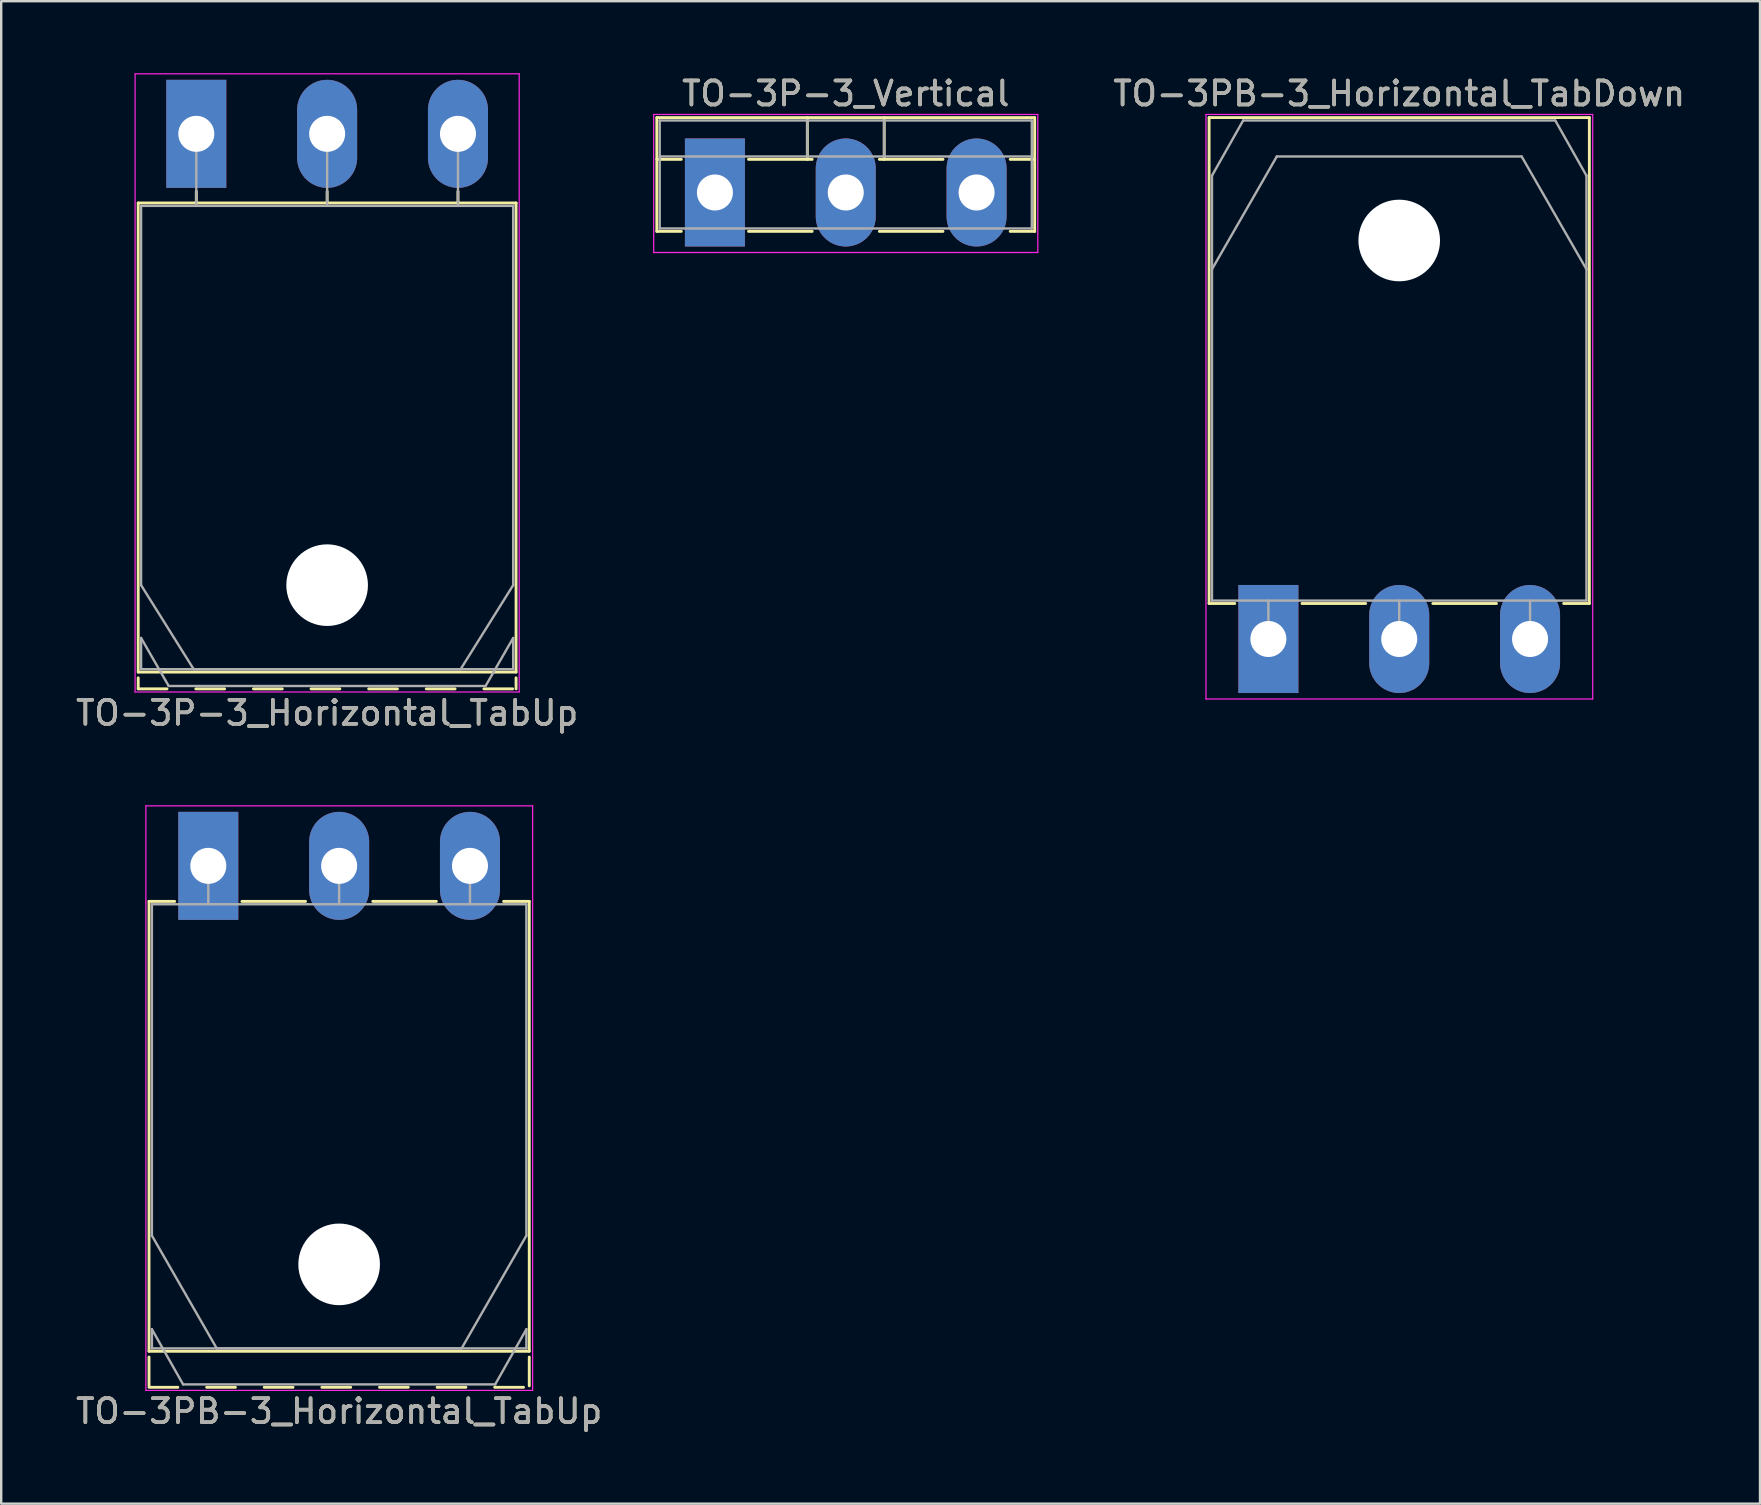
<source format=kicad_pcb>
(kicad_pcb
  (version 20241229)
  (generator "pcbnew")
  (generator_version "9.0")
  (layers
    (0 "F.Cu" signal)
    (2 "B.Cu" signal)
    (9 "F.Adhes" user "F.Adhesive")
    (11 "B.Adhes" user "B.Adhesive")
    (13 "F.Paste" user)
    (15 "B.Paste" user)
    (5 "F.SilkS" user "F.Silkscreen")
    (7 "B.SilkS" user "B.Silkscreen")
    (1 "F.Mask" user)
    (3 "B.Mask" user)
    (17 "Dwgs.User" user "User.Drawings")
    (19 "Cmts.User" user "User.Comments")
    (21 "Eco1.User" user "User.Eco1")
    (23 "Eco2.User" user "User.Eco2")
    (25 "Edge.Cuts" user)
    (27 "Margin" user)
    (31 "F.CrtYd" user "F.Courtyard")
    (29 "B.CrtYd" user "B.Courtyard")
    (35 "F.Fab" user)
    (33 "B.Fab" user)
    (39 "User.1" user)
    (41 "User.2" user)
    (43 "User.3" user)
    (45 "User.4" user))
  (footprint "TO-3PB-3_Horizontal_TabUp"
    (layer "F.Cu")
    (at 5.627 33.018)
    (property "Reference" "TO-3PB-3_Horizontal_TabUp" (at 5.45 22.72 0) (layer "F.SilkS") (effects (font (size 1 1) (thickness 0.15))))
    (attr through_hole)
    (fp_line (start -2.47 1.48) (end -2.47 20.22) (stroke (width 0.12) (type solid)) (layer "F.SilkS"))
    (fp_line (start -2.47 1.48) (end -1.4 1.48) (stroke (width 0.12) (type solid)) (layer "F.SilkS"))
    (fp_line (start -2.47 20.22) (end 13.37 20.22) (stroke (width 0.12) (type solid)) (layer "F.SilkS"))
    (fp_line (start -2.47 20.46) (end -2.47 21.66) (stroke (width 0.12) (type solid)) (layer "F.SilkS"))
    (fp_line (start -2.47 21.72) (end -1.27 21.72) (stroke (width 0.12) (type solid)) (layer "F.SilkS"))
    (fp_line (start -0.07 21.72) (end 1.13 21.72) (stroke (width 0.12) (type solid)) (layer "F.SilkS"))
    (fp_line (start 1.4 1.48) (end 4.051 1.48) (stroke (width 0.12) (type solid)) (layer "F.SilkS"))
    (fp_line (start 2.33 21.72) (end 3.53 21.72) (stroke (width 0.12) (type solid)) (layer "F.SilkS"))
    (fp_line (start 4.73 21.72) (end 5.931 21.72) (stroke (width 0.12) (type solid)) (layer "F.SilkS"))
    (fp_line (start 6.85 1.48) (end 9.5 1.48) (stroke (width 0.12) (type solid)) (layer "F.SilkS"))
    (fp_line (start 7.131 21.72) (end 8.33 21.72) (stroke (width 0.12) (type solid)) (layer "F.SilkS"))
    (fp_line (start 9.53 21.72) (end 10.73 21.72) (stroke (width 0.12) (type solid)) (layer "F.SilkS"))
    (fp_line (start 11.93 21.72) (end 13.13 21.72) (stroke (width 0.12) (type solid)) (layer "F.SilkS"))
    (fp_line (start 12.3 1.48) (end 13.37 1.48) (stroke (width 0.12) (type solid)) (layer "F.SilkS"))
    (fp_line (start 13.37 1.48) (end 13.37 20.22) (stroke (width 0.12) (type solid)) (layer "F.SilkS"))
    (fp_line (start 13.37 20.46) (end 13.37 21.66) (stroke (width 0.12) (type solid)) (layer "F.SilkS"))
    (fp_line (start -2.6 -2.5) (end -2.6 21.85) (stroke (width 0.05) (type solid)) (layer "F.CrtYd"))
    (fp_line (start -2.6 21.85) (end 13.51 21.85) (stroke (width 0.05) (type solid)) (layer "F.CrtYd"))
    (fp_line (start 13.51 -2.5) (end -2.6 -2.5) (stroke (width 0.05) (type solid)) (layer "F.CrtYd"))
    (fp_line (start 13.51 21.85) (end 13.51 -2.5) (stroke (width 0.05) (type solid)) (layer "F.CrtYd"))
    (fp_line (start -2.35 1.6) (end -2.35 15.401) (stroke (width 0.1) (type solid)) (layer "F.Fab"))
    (fp_line (start -2.35 15.401) (end 0.351 20.1) (stroke (width 0.1) (type solid)) (layer "F.Fab"))
    (fp_line (start -2.35 19.3) (end -1.05 21.6) (stroke (width 0.1) (type solid)) (layer "F.Fab"))
    (fp_line (start -2.35 20.1) (end -2.35 19.3) (stroke (width 0.1) (type solid)) (layer "F.Fab"))
    (fp_line (start -1.05 21.6) (end 11.95 21.6) (stroke (width 0.1) (type solid)) (layer "F.Fab"))
    (fp_line (start 0 1.6) (end 0 0) (stroke (width 0.1) (type solid)) (layer "F.Fab"))
    (fp_line (start 0.351 20.1) (end 10.55 20.1) (stroke (width 0.1) (type solid)) (layer "F.Fab"))
    (fp_line (start 5.45 1.6) (end 5.45 0) (stroke (width 0.1) (type solid)) (layer "F.Fab"))
    (fp_line (start 10.55 20.1) (end 13.25 15.401) (stroke (width 0.1) (type solid)) (layer "F.Fab"))
    (fp_line (start 10.9 1.6) (end 10.9 0) (stroke (width 0.1) (type solid)) (layer "F.Fab"))
    (fp_line (start 11.95 21.6) (end 13.25 19.3) (stroke (width 0.1) (type solid)) (layer "F.Fab"))
    (fp_line (start 13.25 1.6) (end -2.35 1.6) (stroke (width 0.1) (type solid)) (layer "F.Fab"))
    (fp_line (start 13.25 15.401) (end 13.25 1.6) (stroke (width 0.1) (type solid)) (layer "F.Fab"))
    (fp_line (start 13.25 19.3) (end 13.25 20.1) (stroke (width 0.1) (type solid)) (layer "F.Fab"))
    (fp_line (start 13.25 20.1) (end -2.35 20.1) (stroke (width 0.1) (type solid)) (layer "F.Fab"))
    (fp_circle (center 5.45 16.6) (end 7.05 16.6) (stroke (width 0.1) (type solid)) (fill no) (layer "F.Fab"))
    (fp_text user "${REFERENCE}" (at 5.45 22.72 0) (layer "F.Fab") (effects (font (size 1 1) (thickness 0.15))))
    (pad "" np_thru_hole oval (at 5.45 16.6) (size 3.4 3.4) (drill 3.4) (layers "*.Cu" "*.Mask"))
    (pad "1" thru_hole rect (at 0 0) (size 2.5 4.5) (drill 1.5) (layers "*.Cu" "*.Mask"))
    (pad "2" thru_hole oval (at 5.45 0) (size 2.5 4.5) (drill 1.5) (layers "*.Cu" "*.Mask"))
    (pad "3" thru_hole oval (at 10.9 0) (size 2.5 4.5) (drill 1.5) (layers "*.Cu" "*.Mask")))
  (footprint "TO-3P-3_Horizontal_TabUp"
    (layer "F.Cu")
    (at 5.127 2.525)
    (property "Reference" "TO-3P-3_Horizontal_TabUp" (at 5.45 24.12 0) (layer "F.SilkS") (effects (font (size 1 1) (thickness 0.15))))
    (attr through_hole)
    (fp_line (start -2.42 2.88) (end -2.42 22.42) (stroke (width 0.12) (type solid)) (layer "F.SilkS"))
    (fp_line (start -2.42 2.88) (end 13.32 2.88) (stroke (width 0.12) (type solid)) (layer "F.SilkS"))
    (fp_line (start -2.42 22.42) (end 13.32 22.42) (stroke (width 0.12) (type solid)) (layer "F.SilkS"))
    (fp_line (start -2.42 22.66) (end -2.42 23.12) (stroke (width 0.12) (type solid)) (layer "F.SilkS"))
    (fp_line (start -2.42 23.12) (end -1.22 23.12) (stroke (width 0.12) (type solid)) (layer "F.SilkS"))
    (fp_line (start -0.021 23.12) (end 1.18 23.12) (stroke (width 0.12) (type solid)) (layer "F.SilkS"))
    (fp_line (start 0 2.4) (end 0 2.88) (stroke (width 0.12) (type solid)) (layer "F.SilkS"))
    (fp_line (start 2.38 23.12) (end 3.58 23.12) (stroke (width 0.12) (type solid)) (layer "F.SilkS"))
    (fp_line (start 4.78 23.12) (end 5.98 23.12) (stroke (width 0.12) (type solid)) (layer "F.SilkS"))
    (fp_line (start 5.45 2.4) (end 5.45 2.88) (stroke (width 0.12) (type solid)) (layer "F.SilkS"))
    (fp_line (start 7.18 23.12) (end 8.38 23.12) (stroke (width 0.12) (type solid)) (layer "F.SilkS"))
    (fp_line (start 9.58 23.12) (end 10.78 23.12) (stroke (width 0.12) (type solid)) (layer "F.SilkS"))
    (fp_line (start 10.9 2.4) (end 10.9 2.88) (stroke (width 0.12) (type solid)) (layer "F.SilkS"))
    (fp_line (start 11.98 23.12) (end 13.18 23.12) (stroke (width 0.12) (type solid)) (layer "F.SilkS"))
    (fp_line (start 13.32 2.88) (end 13.32 22.42) (stroke (width 0.12) (type solid)) (layer "F.SilkS"))
    (fp_line (start 13.32 22.66) (end 13.32 23.12) (stroke (width 0.12) (type solid)) (layer "F.SilkS"))
    (fp_line (start -2.55 -2.5) (end -2.55 23.25) (stroke (width 0.05) (type solid)) (layer "F.CrtYd"))
    (fp_line (start -2.55 23.25) (end 13.45 23.25) (stroke (width 0.05) (type solid)) (layer "F.CrtYd"))
    (fp_line (start 13.45 -2.5) (end -2.55 -2.5) (stroke (width 0.05) (type solid)) (layer "F.CrtYd"))
    (fp_line (start 13.45 23.25) (end 13.45 -2.5) (stroke (width 0.05) (type solid)) (layer "F.CrtYd"))
    (fp_line (start -2.3 3) (end -2.3 18.8) (stroke (width 0.1) (type solid)) (layer "F.Fab"))
    (fp_line (start -2.3 18.8) (end -0.11 22.3) (stroke (width 0.1) (type solid)) (layer "F.Fab"))
    (fp_line (start -2.3 21) (end -1.15 23) (stroke (width 0.1) (type solid)) (layer "F.Fab"))
    (fp_line (start -2.3 22.3) (end -2.3 21) (stroke (width 0.1) (type solid)) (layer "F.Fab"))
    (fp_line (start -1.15 23) (end 12.05 23) (stroke (width 0.1) (type solid)) (layer "F.Fab"))
    (fp_line (start -0.11 22.3) (end 11.01 22.3) (stroke (width 0.1) (type solid)) (layer "F.Fab"))
    (fp_line (start 0 3) (end 0 0) (stroke (width 0.1) (type solid)) (layer "F.Fab"))
    (fp_line (start 5.45 3) (end 5.45 0) (stroke (width 0.1) (type solid)) (layer "F.Fab"))
    (fp_line (start 10.9 3) (end 10.9 0) (stroke (width 0.1) (type solid)) (layer "F.Fab"))
    (fp_line (start 11.01 22.3) (end 13.2 18.8) (stroke (width 0.1) (type solid)) (layer "F.Fab"))
    (fp_line (start 12.05 23) (end 13.2 21) (stroke (width 0.1) (type solid)) (layer "F.Fab"))
    (fp_line (start 13.2 3) (end -2.3 3) (stroke (width 0.1) (type solid)) (layer "F.Fab"))
    (fp_line (start 13.2 18.8) (end 13.2 3) (stroke (width 0.1) (type solid)) (layer "F.Fab"))
    (fp_line (start 13.2 21) (end 13.2 22.3) (stroke (width 0.1) (type solid)) (layer "F.Fab"))
    (fp_line (start 13.2 22.3) (end -2.3 22.3) (stroke (width 0.1) (type solid)) (layer "F.Fab"))
    (fp_circle (center 5.45 18.8) (end 7.05 18.8) (stroke (width 0.1) (type solid)) (fill no) (layer "F.Fab"))
    (fp_text user "${REFERENCE}" (at 5.45 24.12 0) (layer "F.Fab") (effects (font (size 1 1) (thickness 0.15))))
    (pad "" np_thru_hole oval (at 5.45 18.8) (size 3.4 3.4) (drill 3.4) (layers "*.Cu" "*.Mask"))
    (pad "1" thru_hole rect (at 0 0) (size 2.5 4.5) (drill 1.5) (layers "*.Cu" "*.Mask"))
    (pad "2" thru_hole oval (at 5.45 0) (size 2.5 4.5) (drill 1.5) (layers "*.Cu" "*.Mask"))
    (pad "3" thru_hole oval (at 10.9 0) (size 2.5 4.5) (drill 1.5) (layers "*.Cu" "*.Mask")))
  (footprint "TO-3PB-3_Horizontal_TabDown"
    (layer "F.Cu")
    (at 49.785 23.568)
    (property "Reference" "TO-3PB-3_Horizontal_TabDown" (at 5.45 -22.72 0) (layer "F.SilkS") (effects (font (size 1 1) (thickness 0.15))))
    (attr through_hole)
    (fp_line (start -2.47 -21.72) (end -2.47 -1.48) (stroke (width 0.12) (type solid)) (layer "F.SilkS"))
    (fp_line (start -2.47 -21.72) (end 13.37 -21.72) (stroke (width 0.12) (type solid)) (layer "F.SilkS"))
    (fp_line (start -2.47 -1.48) (end -1.4 -1.48) (stroke (width 0.12) (type solid)) (layer "F.SilkS"))
    (fp_line (start 1.4 -1.48) (end 4.051 -1.48) (stroke (width 0.12) (type solid)) (layer "F.SilkS"))
    (fp_line (start 6.85 -1.48) (end 9.5 -1.48) (stroke (width 0.12) (type solid)) (layer "F.SilkS"))
    (fp_line (start 12.3 -1.48) (end 13.37 -1.48) (stroke (width 0.12) (type solid)) (layer "F.SilkS"))
    (fp_line (start 13.37 -21.72) (end 13.37 -1.48) (stroke (width 0.12) (type solid)) (layer "F.SilkS"))
    (fp_line (start -2.6 -21.85) (end -2.6 2.5) (stroke (width 0.05) (type solid)) (layer "F.CrtYd"))
    (fp_line (start -2.6 2.5) (end 13.51 2.5) (stroke (width 0.05) (type solid)) (layer "F.CrtYd"))
    (fp_line (start 13.51 -21.85) (end -2.6 -21.85) (stroke (width 0.05) (type solid)) (layer "F.CrtYd"))
    (fp_line (start 13.51 2.5) (end 13.51 -21.85) (stroke (width 0.05) (type solid)) (layer "F.CrtYd"))
    (fp_line (start -2.35 -19.3) (end -1.05 -21.6) (stroke (width 0.1) (type solid)) (layer "F.Fab"))
    (fp_line (start -2.35 -15.401) (end -2.35 -19.3) (stroke (width 0.1) (type solid)) (layer "F.Fab"))
    (fp_line (start -2.35 -15.401) (end 0.351 -20.1) (stroke (width 0.1) (type solid)) (layer "F.Fab"))
    (fp_line (start -2.35 -1.6) (end -2.35 -15.401) (stroke (width 0.1) (type solid)) (layer "F.Fab"))
    (fp_line (start -1.05 -21.6) (end 11.95 -21.6) (stroke (width 0.1) (type solid)) (layer "F.Fab"))
    (fp_line (start 0 -1.6) (end 0 0) (stroke (width 0.1) (type solid)) (layer "F.Fab"))
    (fp_line (start 0.351 -20.1) (end 10.55 -20.1) (stroke (width 0.1) (type solid)) (layer "F.Fab"))
    (fp_line (start 5.45 -1.6) (end 5.45 0) (stroke (width 0.1) (type solid)) (layer "F.Fab"))
    (fp_line (start 10.55 -20.1) (end 13.25 -15.401) (stroke (width 0.1) (type solid)) (layer "F.Fab"))
    (fp_line (start 10.9 -1.6) (end 10.9 0) (stroke (width 0.1) (type solid)) (layer "F.Fab"))
    (fp_line (start 11.95 -21.6) (end 13.25 -19.3) (stroke (width 0.1) (type solid)) (layer "F.Fab"))
    (fp_line (start 13.25 -19.3) (end 13.25 -15.401) (stroke (width 0.1) (type solid)) (layer "F.Fab"))
    (fp_line (start 13.25 -15.401) (end 13.25 -1.6) (stroke (width 0.1) (type solid)) (layer "F.Fab"))
    (fp_line (start 13.25 -1.6) (end -2.35 -1.6) (stroke (width 0.1) (type solid)) (layer "F.Fab"))
    (fp_circle (center 5.45 -16.6) (end 7.05 -16.6) (stroke (width 0.1) (type solid)) (fill no) (layer "F.Fab"))
    (fp_text user "${REFERENCE}" (at 5.45 -22.72 0) (layer "F.Fab") (effects (font (size 1 1) (thickness 0.15))))
    (pad "" np_thru_hole oval (at 5.45 -16.6) (size 3.4 3.4) (drill 3.4) (layers "*.Cu" "*.Mask"))
    (pad "1" thru_hole rect (at 0 0) (size 2.5 4.5) (drill 1.5) (layers "*.Cu" "*.Mask"))
    (pad "2" thru_hole oval (at 5.45 0) (size 2.5 4.5) (drill 1.5) (layers "*.Cu" "*.Mask"))
    (pad "3" thru_hole oval (at 10.9 0) (size 2.5 4.5) (drill 1.5) (layers "*.Cu" "*.Mask")))
  (footprint "TO-3P-3_Vertical"
    (layer "F.Cu")
    (at 26.73 4.968)
    (property "Reference" "TO-3P-3_Vertical" (at 5.45 -4.12 0) (layer "F.SilkS") (effects (font (size 1 1) (thickness 0.15))))
    (attr through_hole)
    (fp_line (start -2.42 -3.12) (end -2.42 1.62) (stroke (width 0.12) (type solid)) (layer "F.SilkS"))
    (fp_line (start -2.42 -3.12) (end 13.32 -3.12) (stroke (width 0.12) (type solid)) (layer "F.SilkS"))
    (fp_line (start -2.42 -1.38) (end -1.4 -1.38) (stroke (width 0.12) (type solid)) (layer "F.SilkS"))
    (fp_line (start -2.42 1.62) (end -1.4 1.62) (stroke (width 0.12) (type solid)) (layer "F.SilkS"))
    (fp_line (start 1.4 -1.38) (end 4.051 -1.38) (stroke (width 0.12) (type solid)) (layer "F.SilkS"))
    (fp_line (start 1.4 1.62) (end 4.051 1.62) (stroke (width 0.12) (type solid)) (layer "F.SilkS"))
    (fp_line (start 3.85 -3.12) (end 3.85 -1.38) (stroke (width 0.12) (type solid)) (layer "F.SilkS"))
    (fp_line (start 6.85 -1.38) (end 9.5 -1.38) (stroke (width 0.12) (type solid)) (layer "F.SilkS"))
    (fp_line (start 6.85 1.62) (end 9.5 1.62) (stroke (width 0.12) (type solid)) (layer "F.SilkS"))
    (fp_line (start 7.051 -3.12) (end 7.051 -1.38) (stroke (width 0.12) (type solid)) (layer "F.SilkS"))
    (fp_line (start 12.3 -1.38) (end 13.32 -1.38) (stroke (width 0.12) (type solid)) (layer "F.SilkS"))
    (fp_line (start 12.3 1.62) (end 13.32 1.62) (stroke (width 0.12) (type solid)) (layer "F.SilkS"))
    (fp_line (start 13.32 -3.12) (end 13.32 1.62) (stroke (width 0.12) (type solid)) (layer "F.SilkS"))
    (fp_line (start -2.55 -3.25) (end -2.55 2.5) (stroke (width 0.05) (type solid)) (layer "F.CrtYd"))
    (fp_line (start -2.55 2.5) (end 13.45 2.5) (stroke (width 0.05) (type solid)) (layer "F.CrtYd"))
    (fp_line (start 13.45 -3.25) (end -2.55 -3.25) (stroke (width 0.05) (type solid)) (layer "F.CrtYd"))
    (fp_line (start 13.45 2.5) (end 13.45 -3.25) (stroke (width 0.05) (type solid)) (layer "F.CrtYd"))
    (fp_line (start -2.3 -3) (end -2.3 1.5) (stroke (width 0.1) (type solid)) (layer "F.Fab"))
    (fp_line (start -2.3 -1.5) (end 13.2 -1.5) (stroke (width 0.1) (type solid)) (layer "F.Fab"))
    (fp_line (start -2.3 1.5) (end 13.2 1.5) (stroke (width 0.1) (type solid)) (layer "F.Fab"))
    (fp_line (start 3.85 -3) (end 3.85 -1.5) (stroke (width 0.1) (type solid)) (layer "F.Fab"))
    (fp_line (start 7.05 -3) (end 7.05 -1.5) (stroke (width 0.1) (type solid)) (layer "F.Fab"))
    (fp_line (start 13.2 -3) (end -2.3 -3) (stroke (width 0.1) (type solid)) (layer "F.Fab"))
    (fp_line (start 13.2 1.5) (end 13.2 -3) (stroke (width 0.1) (type solid)) (layer "F.Fab"))
    (fp_text user "${REFERENCE}" (at 5.45 -4.12 0) (layer "F.Fab") (effects (font (size 1 1) (thickness 0.15))))
    (pad "1" thru_hole rect (at 0 0) (size 2.5 4.5) (drill 1.5) (layers "*.Cu" "*.Mask"))
    (pad "2" thru_hole oval (at 5.45 0) (size 2.5 4.5) (drill 1.5) (layers "*.Cu" "*.Mask"))
    (pad "3" thru_hole oval (at 10.9 0) (size 2.5 4.5) (drill 1.5) (layers "*.Cu" "*.Mask")))
  (gr_rect
    (start -3 -3)
    (end 70.264 59.587)
    (stroke (width 0.1) (type default))
    (fill no)
    (layer "Edge.Cuts")))
</source>
